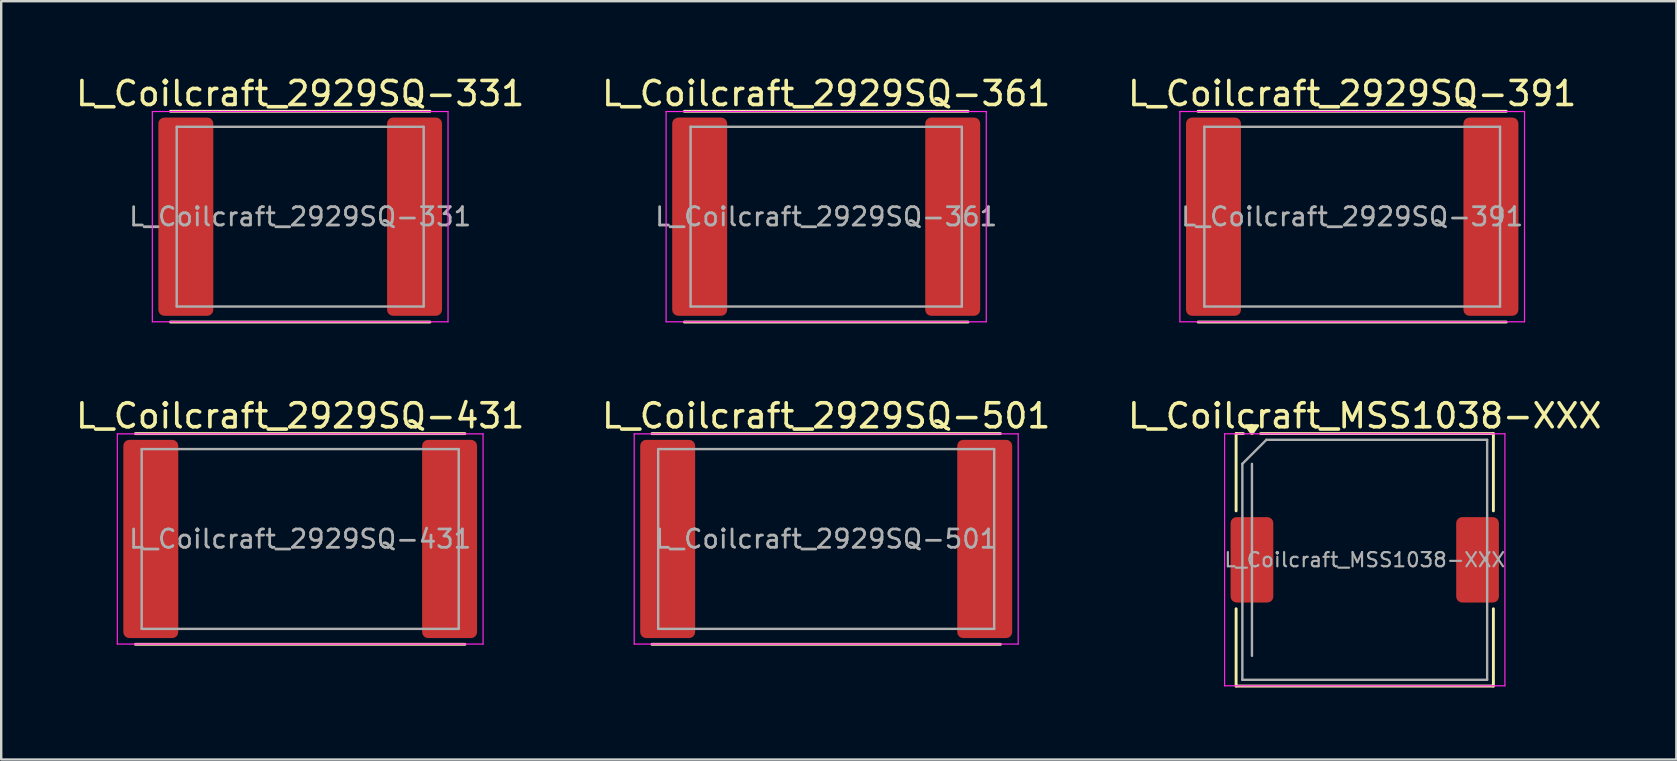
<source format=kicad_pcb>
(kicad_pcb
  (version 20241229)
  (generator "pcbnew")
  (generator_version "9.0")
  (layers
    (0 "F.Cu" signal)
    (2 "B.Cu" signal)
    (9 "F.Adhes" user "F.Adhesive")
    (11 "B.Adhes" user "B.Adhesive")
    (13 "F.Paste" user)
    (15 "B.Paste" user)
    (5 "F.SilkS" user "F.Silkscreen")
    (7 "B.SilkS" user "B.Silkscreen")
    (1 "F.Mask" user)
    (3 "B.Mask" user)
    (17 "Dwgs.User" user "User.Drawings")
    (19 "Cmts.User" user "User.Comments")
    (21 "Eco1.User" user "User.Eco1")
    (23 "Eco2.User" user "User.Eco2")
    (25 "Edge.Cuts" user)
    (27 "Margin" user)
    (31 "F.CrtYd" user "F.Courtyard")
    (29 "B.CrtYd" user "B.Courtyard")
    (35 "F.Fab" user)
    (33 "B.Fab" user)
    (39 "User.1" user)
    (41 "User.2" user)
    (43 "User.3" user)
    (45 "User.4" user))
  (footprint "L_Coilcraft_2929SQ-331"
    (layer "F.Cu")
    (at 9.458 5.978)
    (property "Reference" "L_Coilcraft_2929SQ-331" (at 0 -5.13 0) (layer "F.SilkS") (effects (font (size 1 1) (thickness 0.15))))
    (attr smd)
    (fp_line (start -5.405 -4.39) (end 5.405 -4.39) (stroke (width 0.12) (type solid)) (layer "F.SilkS"))
    (fp_line (start -5.405 4.39) (end 5.405 4.39) (stroke (width 0.12) (type solid)) (layer "F.SilkS"))
    (fp_line (start -6.16 -4.38) (end -6.16 4.38) (stroke (width 0.05) (type solid)) (layer "F.CrtYd"))
    (fp_line (start -6.16 4.38) (end 6.16 4.38) (stroke (width 0.05) (type solid)) (layer "F.CrtYd"))
    (fp_line (start 6.16 -4.38) (end -6.16 -4.38) (stroke (width 0.05) (type solid)) (layer "F.CrtYd"))
    (fp_line (start 6.16 4.38) (end 6.16 -4.38) (stroke (width 0.05) (type solid)) (layer "F.CrtYd"))
    (fp_line (start -5.145 -3.745) (end -5.145 3.745) (stroke (width 0.1) (type solid)) (layer "F.Fab"))
    (fp_line (start -5.145 3.745) (end 5.145 3.745) (stroke (width 0.1) (type solid)) (layer "F.Fab"))
    (fp_line (start 5.145 -3.745) (end -5.145 -3.745) (stroke (width 0.1) (type solid)) (layer "F.Fab"))
    (fp_line (start 5.145 3.745) (end 5.145 -3.745) (stroke (width 0.1) (type solid)) (layer "F.Fab"))
    (fp_text user "${REFERENCE}" (at 0 0 0) (layer "F.Fab") (effects (font (size 0.763 0.763) (thickness 0.115))))
    (pad "1" smd roundrect (at -4.765 0) (size 2.29 8.26) (layers "F.Cu" "F.Mask" "F.Paste") (roundrect_rratio 0.109))
    (pad "2" smd roundrect (at 4.765 0) (size 2.29 8.26) (layers "F.Cu" "F.Mask" "F.Paste") (roundrect_rratio 0.109)))
  (footprint "L_Coilcraft_2929SQ-361"
    (layer "F.Cu")
    (at 31.375 5.978)
    (property "Reference" "L_Coilcraft_2929SQ-361" (at 0 -5.13 0) (layer "F.SilkS") (effects (font (size 1 1) (thickness 0.15))))
    (attr smd)
    (fp_line (start -5.91 -4.39) (end 5.91 -4.39) (stroke (width 0.12) (type solid)) (layer "F.SilkS"))
    (fp_line (start -5.91 4.39) (end 5.91 4.39) (stroke (width 0.12) (type solid)) (layer "F.SilkS"))
    (fp_line (start -6.67 -4.38) (end -6.67 4.38) (stroke (width 0.05) (type solid)) (layer "F.CrtYd"))
    (fp_line (start -6.67 4.38) (end 6.67 4.38) (stroke (width 0.05) (type solid)) (layer "F.CrtYd"))
    (fp_line (start 6.67 -4.38) (end -6.67 -4.38) (stroke (width 0.05) (type solid)) (layer "F.CrtYd"))
    (fp_line (start 6.67 4.38) (end 6.67 -4.38) (stroke (width 0.05) (type solid)) (layer "F.CrtYd"))
    (fp_line (start -5.65 -3.745) (end -5.65 3.745) (stroke (width 0.1) (type solid)) (layer "F.Fab"))
    (fp_line (start -5.65 3.745) (end 5.65 3.745) (stroke (width 0.1) (type solid)) (layer "F.Fab"))
    (fp_line (start 5.65 -3.745) (end -5.65 -3.745) (stroke (width 0.1) (type solid)) (layer "F.Fab"))
    (fp_line (start 5.65 3.745) (end 5.65 -3.745) (stroke (width 0.1) (type solid)) (layer "F.Fab"))
    (fp_text user "${REFERENCE}" (at 0 0 0) (layer "F.Fab") (effects (font (size 0.763 0.763) (thickness 0.115))))
    (pad "1" smd roundrect (at -5.271 0) (size 2.29 8.26) (layers "F.Cu" "F.Mask" "F.Paste") (roundrect_rratio 0.109))
    (pad "2" smd roundrect (at 5.271 0) (size 2.29 8.26) (layers "F.Cu" "F.Mask" "F.Paste") (roundrect_rratio 0.109)))
  (footprint "L_Coilcraft_2929SQ-391"
    (layer "F.Cu")
    (at 53.292 5.978)
    (property "Reference" "L_Coilcraft_2929SQ-391" (at 0 -5.13 0) (layer "F.SilkS") (effects (font (size 1 1) (thickness 0.15))))
    (attr smd)
    (fp_line (start -6.42 -4.39) (end 6.42 -4.39) (stroke (width 0.12) (type solid)) (layer "F.SilkS"))
    (fp_line (start -6.42 4.39) (end 6.42 4.39) (stroke (width 0.12) (type solid)) (layer "F.SilkS"))
    (fp_line (start -7.18 -4.38) (end -7.18 4.38) (stroke (width 0.05) (type solid)) (layer "F.CrtYd"))
    (fp_line (start -7.18 4.38) (end 7.18 4.38) (stroke (width 0.05) (type solid)) (layer "F.CrtYd"))
    (fp_line (start 7.18 -4.38) (end -7.18 -4.38) (stroke (width 0.05) (type solid)) (layer "F.CrtYd"))
    (fp_line (start 7.18 4.38) (end 7.18 -4.38) (stroke (width 0.05) (type solid)) (layer "F.CrtYd"))
    (fp_line (start -6.16 -3.745) (end -6.16 3.745) (stroke (width 0.1) (type solid)) (layer "F.Fab"))
    (fp_line (start -6.16 3.745) (end 6.16 3.745) (stroke (width 0.1) (type solid)) (layer "F.Fab"))
    (fp_line (start 6.16 -3.745) (end -6.16 -3.745) (stroke (width 0.1) (type solid)) (layer "F.Fab"))
    (fp_line (start 6.16 3.745) (end 6.16 -3.745) (stroke (width 0.1) (type solid)) (layer "F.Fab"))
    (fp_text user "${REFERENCE}" (at 0 0 0) (layer "F.Fab") (effects (font (size 0.763 0.763) (thickness 0.115))))
    (pad "1" smd roundrect (at -5.78 0) (size 2.29 8.26) (layers "F.Cu" "F.Mask" "F.Paste") (roundrect_rratio 0.109))
    (pad "2" smd roundrect (at 5.78 0) (size 2.29 8.26) (layers "F.Cu" "F.Mask" "F.Paste") (roundrect_rratio 0.109)))
  (footprint "L_Coilcraft_2929SQ-431"
    (layer "F.Cu")
    (at 9.458 19.407)
    (property "Reference" "L_Coilcraft_2929SQ-431" (at 0 -5.13 0) (layer "F.SilkS") (effects (font (size 1 1) (thickness 0.15))))
    (attr smd)
    (fp_line (start -6.865 -4.39) (end 6.865 -4.39) (stroke (width 0.12) (type solid)) (layer "F.SilkS"))
    (fp_line (start -6.865 4.39) (end 6.865 4.39) (stroke (width 0.12) (type solid)) (layer "F.SilkS"))
    (fp_line (start -7.62 -4.38) (end -7.62 4.38) (stroke (width 0.05) (type solid)) (layer "F.CrtYd"))
    (fp_line (start -7.62 4.38) (end 7.62 4.38) (stroke (width 0.05) (type solid)) (layer "F.CrtYd"))
    (fp_line (start 7.62 -4.38) (end -7.62 -4.38) (stroke (width 0.05) (type solid)) (layer "F.CrtYd"))
    (fp_line (start 7.62 4.38) (end 7.62 -4.38) (stroke (width 0.05) (type solid)) (layer "F.CrtYd"))
    (fp_line (start -6.605 -3.745) (end -6.605 3.745) (stroke (width 0.1) (type solid)) (layer "F.Fab"))
    (fp_line (start -6.605 3.745) (end 6.605 3.745) (stroke (width 0.1) (type solid)) (layer "F.Fab"))
    (fp_line (start 6.605 -3.745) (end -6.605 -3.745) (stroke (width 0.1) (type solid)) (layer "F.Fab"))
    (fp_line (start 6.605 3.745) (end 6.605 -3.745) (stroke (width 0.1) (type solid)) (layer "F.Fab"))
    (fp_text user "${REFERENCE}" (at 0 0 0) (layer "F.Fab") (effects (font (size 0.763 0.763) (thickness 0.115))))
    (pad "1" smd roundrect (at -6.225 0) (size 2.29 8.26) (layers "F.Cu" "F.Mask" "F.Paste") (roundrect_rratio 0.109))
    (pad "2" smd roundrect (at 6.225 0) (size 2.29 8.26) (layers "F.Cu" "F.Mask" "F.Paste") (roundrect_rratio 0.109)))
  (footprint "L_Coilcraft_MSS1038-XXX"
    (layer "F.Cu")
    (at 53.815 20.276)
    (property "Reference" "L_Coilcraft_MSS1038-XXX" (at 0 -6 0) (layer "F.SilkS") (effects (font (size 1 1) (thickness 0.15))))
    (attr smd)
    (fp_line (start -5.36 -5.26) (end -5.36 -2.04) (stroke (width 0.12) (type solid)) (layer "F.SilkS"))
    (fp_line (start -5.36 -5.26) (end -5.06 -5.26) (stroke (width 0.12) (type solid)) (layer "F.SilkS"))
    (fp_line (start -5.36 5.26) (end -5.36 2.04) (stroke (width 0.12) (type solid)) (layer "F.SilkS"))
    (fp_line (start -5.36 5.26) (end 5.36 5.26) (stroke (width 0.12) (type solid)) (layer "F.SilkS"))
    (fp_line (start -4.34 -5.26) (end 5.36 -5.26) (stroke (width 0.12) (type solid)) (layer "F.SilkS"))
    (fp_line (start 5.36 -5.26) (end 5.36 -2.04) (stroke (width 0.12) (type solid)) (layer "F.SilkS"))
    (fp_line (start 5.36 5.26) (end 5.36 2.04) (stroke (width 0.12) (type solid)) (layer "F.SilkS"))
    (fp_poly (pts (xy -4.7 -5.26) (xy -4.94 -5.59) (xy -4.46 -5.59)) (stroke (width 0.12) (type solid)) (fill yes) (layer "F.SilkS"))
    (fp_line (start -5.84 -5.25) (end -5.84 5.25) (stroke (width 0.05) (type solid)) (layer "F.CrtYd"))
    (fp_line (start -5.84 5.25) (end 5.84 5.25) (stroke (width 0.05) (type solid)) (layer "F.CrtYd"))
    (fp_line (start 5.84 -5.25) (end -5.84 -5.25) (stroke (width 0.05) (type solid)) (layer "F.CrtYd"))
    (fp_line (start 5.84 5.25) (end 5.84 -5.25) (stroke (width 0.05) (type solid)) (layer "F.CrtYd"))
    (fp_line (start -5.1 -4) (end -4.1 -5) (stroke (width 0.1) (type solid)) (layer "F.Fab"))
    (fp_line (start -5.1 5) (end -5.1 -4) (stroke (width 0.1) (type solid)) (layer "F.Fab"))
    (fp_line (start -4.7 4) (end -4.7 -4) (stroke (width 0.1) (type solid)) (layer "F.Fab"))
    (fp_line (start -4.1 -5) (end 5.1 -5) (stroke (width 0.1) (type solid)) (layer "F.Fab"))
    (fp_line (start 5.1 -5) (end 5.1 5) (stroke (width 0.1) (type solid)) (layer "F.Fab"))
    (fp_line (start 5.1 5) (end -5.1 5) (stroke (width 0.1) (type solid)) (layer "F.Fab"))
    (fp_text user "${REFERENCE}" (at 0 0 0) (layer "F.Fab") (effects (font (size 0.593 0.593) (thickness 0.089))))
    (pad "1" smd roundrect (at -4.7 0) (size 1.78 3.56) (layers "F.Cu" "F.Mask" "F.Paste") (roundrect_rratio 0.14))
    (pad "2" smd roundrect (at 4.7 0) (size 1.78 3.56) (layers "F.Cu" "F.Mask" "F.Paste") (roundrect_rratio 0.14)))
  (footprint "L_Coilcraft_2929SQ-501"
    (layer "F.Cu")
    (at 31.375 19.407)
    (property "Reference" "L_Coilcraft_2929SQ-501" (at 0 -5.13 0) (layer "F.SilkS") (effects (font (size 1 1) (thickness 0.15))))
    (attr smd)
    (fp_line (start -7.26 -4.39) (end 7.26 -4.39) (stroke (width 0.12) (type solid)) (layer "F.SilkS"))
    (fp_line (start -7.26 4.39) (end 7.26 4.39) (stroke (width 0.12) (type solid)) (layer "F.SilkS"))
    (fp_line (start -8 -4.38) (end -8 4.38) (stroke (width 0.05) (type solid)) (layer "F.CrtYd"))
    (fp_line (start -8 4.38) (end 8 4.38) (stroke (width 0.05) (type solid)) (layer "F.CrtYd"))
    (fp_line (start 8 -4.38) (end -8 -4.38) (stroke (width 0.05) (type solid)) (layer "F.CrtYd"))
    (fp_line (start 8 4.38) (end 8 -4.38) (stroke (width 0.05) (type solid)) (layer "F.CrtYd"))
    (fp_line (start -7 -3.745) (end -7 3.745) (stroke (width 0.1) (type solid)) (layer "F.Fab"))
    (fp_line (start -7 3.745) (end 7 3.745) (stroke (width 0.1) (type solid)) (layer "F.Fab"))
    (fp_line (start 7 -3.745) (end -7 -3.745) (stroke (width 0.1) (type solid)) (layer "F.Fab"))
    (fp_line (start 7 3.745) (end 7 -3.745) (stroke (width 0.1) (type solid)) (layer "F.Fab"))
    (fp_text user "${REFERENCE}" (at 0 0 0) (layer "F.Fab") (effects (font (size 0.763 0.763) (thickness 0.115))))
    (pad "1" smd roundrect (at -6.605 0) (size 2.29 8.26) (layers "F.Cu" "F.Mask" "F.Paste") (roundrect_rratio 0.109))
    (pad "2" smd roundrect (at 6.605 0) (size 2.29 8.26) (layers "F.Cu" "F.Mask" "F.Paste") (roundrect_rratio 0.109)))
  (gr_rect
    (start -3 -3)
    (end 66.798 28.596)
    (stroke (width 0.1) (type default))
    (fill no)
    (layer "Edge.Cuts")))
</source>
